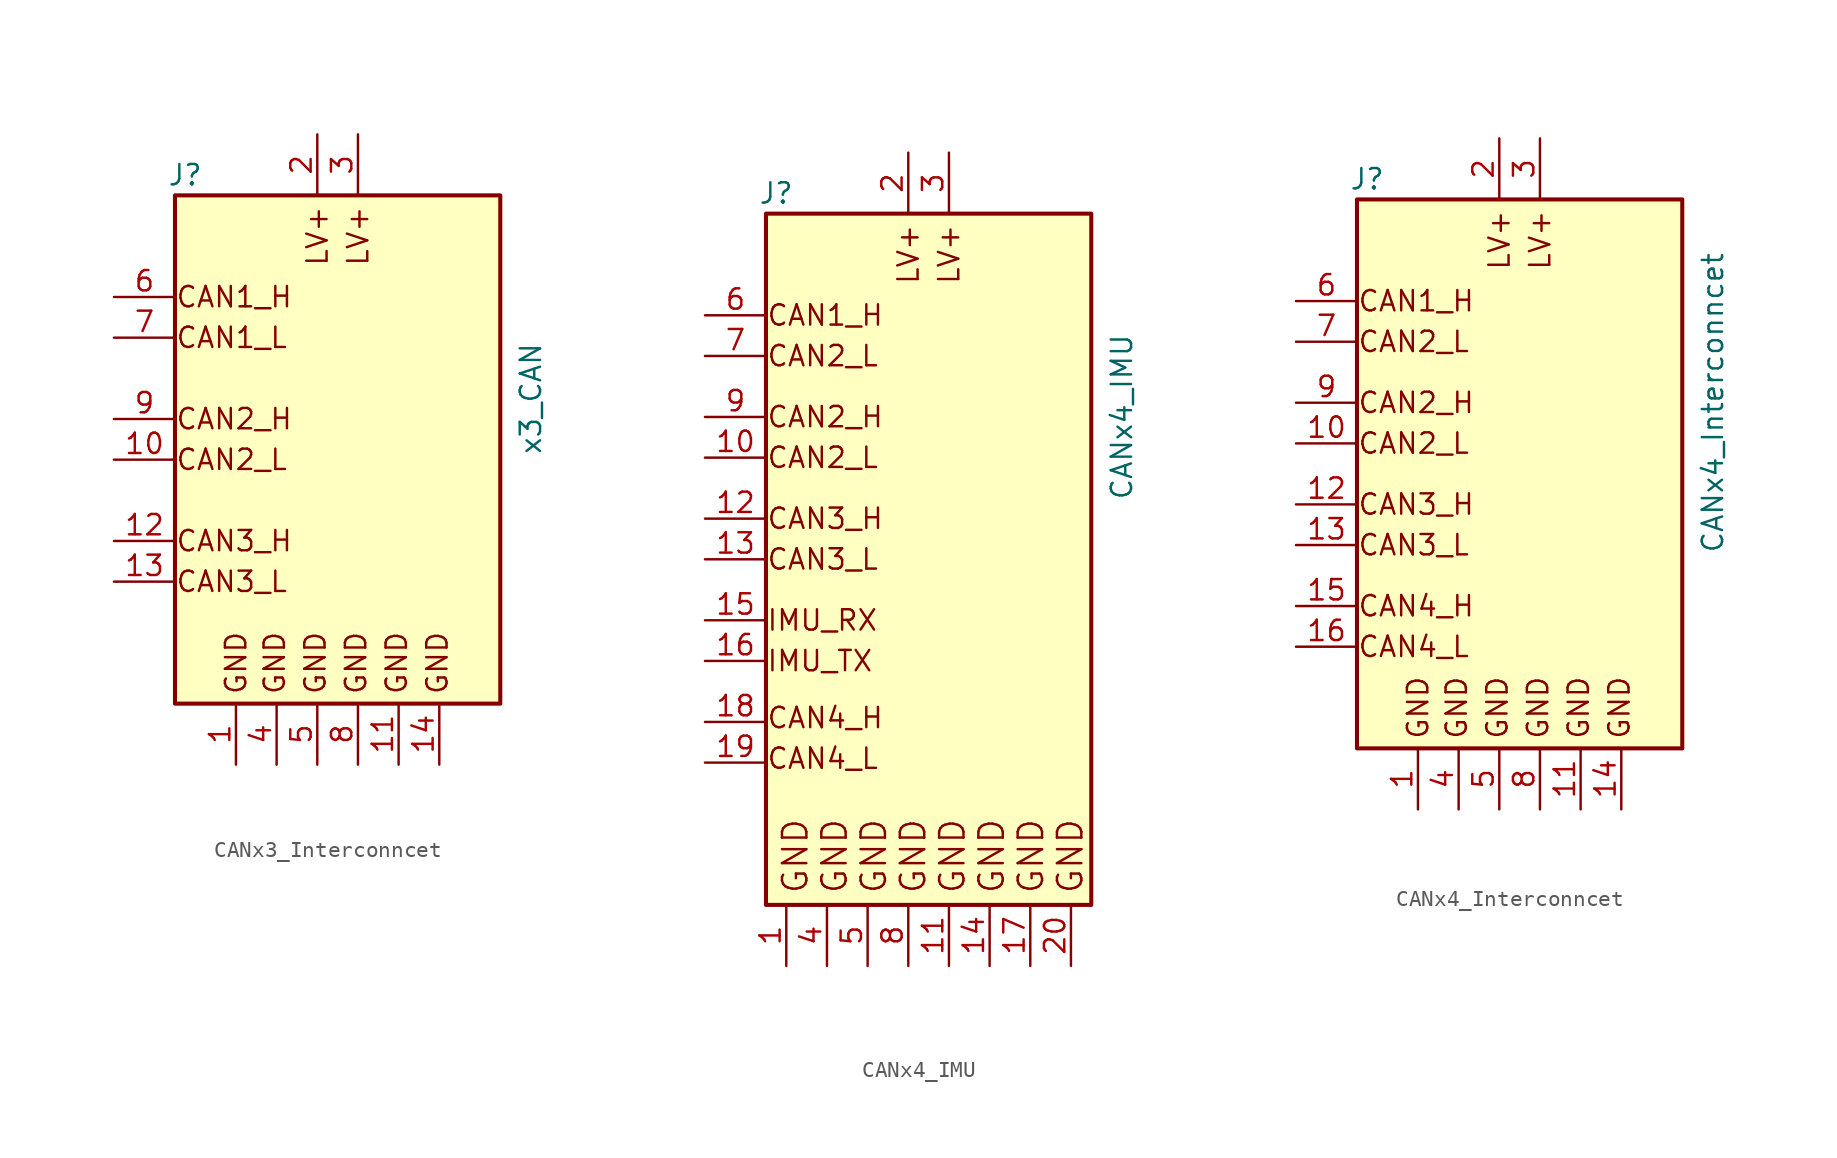
<source format=kicad_sym>
(kicad_symbol_lib
  (version 20231120)
  (generator "kicad_symbol_editor")
  (generator_version "8.0")
  (symbol "CANx3_Interconncet"
    (pin_names
      (offset 1.016) hide)
    (property "Reference" "J"
      (at -9.525 16.51 0)
      (effects (font (size 1.27 1.27))))
    (property "Value" "x3_CAN"
      (at 12.065 2.54 90)
      (effects (font (size 1.27 1.27))))
    (symbol "CANx3_Interconncet_0_0"
      (text "GND" (at -6.35 -13.97 900) (effects (font (size 1.27 1.27))))
      (text "GND" (at -3.937 -13.97 900) (effects (font (size 1.27 1.27))))
      (text "GND" (at -1.397 -13.97 900) (effects (font (size 1.27 1.27))))
      (text "GND" (at 1.143 -13.97 900) (effects (font (size 1.27 1.27))))
      (text "GND" (at 3.683 -13.97 900) (effects (font (size 1.27 1.27))))
      (text "GND" (at 6.223 -13.97 900) (effects (font (size 1.27 1.27)))))
    (symbol "CANx3_Interconncet_1_0"
      (text "CAN1_H" (at -10.16 8.89 0) (effects (font (size 1.27 1.27)) (justify left)))
      (text "CAN1_L" (at -10.16 6.35 0) (effects (font (size 1.27 1.27)) (justify left)))
      (text "CAN2_H\n" (at -10.16 1.27 0) (effects (font (size 1.27 1.27)) (justify left)))
      (text "CAN2_L" (at -10.16 -1.27 0) (effects (font (size 1.27 1.27)) (justify left)))
      (text "CAN3_H" (at -10.16 -6.35 0) (effects (font (size 1.27 1.27)) (justify left)))
      (text "CAN3_L" (at -10.16 -8.89 0) (effects (font (size 1.27 1.27)) (justify left)))
      (text "LV+" (at -1.27 12.7 900) (effects (font (size 1.27 1.27))))
      (text "LV+\n" (at 1.27 12.7 900) (effects (font (size 1.27 1.27)))))
    (symbol "CANx3_Interconncet_1_1"
      (rectangle (start -10.16 15.24) (end 10.16 -16.51) (stroke (width 0.254) (type default)) (fill (type background)))
      (pin passive line (at -6.35 -20.32 90) (length 3.81) (name "Pin_1" (effects (font (size 1.27 1.27)))) (number "1" (effects (font (size 1.27 1.27)))))
      (pin passive line (at -13.97 -1.27 0) (length 3.81) (name "Pin_10" (effects (font (size 1.27 1.27)))) (number "10" (effects (font (size 1.27 1.27)))))
      (pin passive line (at 3.81 -20.32 90) (length 3.81) (name "Pin_11" (effects (font (size 1.27 1.27)))) (number "11" (effects (font (size 1.27 1.27)))))
      (pin passive line (at -13.97 -6.35 0) (length 3.81) (name "Pin_12" (effects (font (size 1.27 1.27)))) (number "12" (effects (font (size 1.27 1.27)))))
      (pin passive line (at -13.97 -8.89 0) (length 3.81) (name "Pin_13" (effects (font (size 1.27 1.27)))) (number "13" (effects (font (size 1.27 1.27)))))
      (pin passive line (at 6.35 -20.32 90) (length 3.81) (name "Pin_14" (effects (font (size 1.27 1.27)))) (number "14" (effects (font (size 1.27 1.27)))))
      (pin passive line (at -1.27 19.05 270) (length 3.81) (name "Pin_2" (effects (font (size 1.27 1.27)))) (number "2" (effects (font (size 1.27 1.27)))))
      (pin passive line (at 1.27 19.05 270) (length 3.81) (name "Pin_3" (effects (font (size 1.27 1.27)))) (number "3" (effects (font (size 1.27 1.27)))))
      (pin passive line (at -3.81 -20.32 90) (length 3.81) (name "Pin_4" (effects (font (size 1.27 1.27)))) (number "4" (effects (font (size 1.27 1.27)))))
      (pin passive line (at -1.27 -20.32 90) (length 3.81) (name "Pin_5" (effects (font (size 1.27 1.27)))) (number "5" (effects (font (size 1.27 1.27)))))
      (pin passive line (at -13.97 8.89 0) (length 3.81) (name "Pin_6" (effects (font (size 1.27 1.27)))) (number "6" (effects (font (size 1.27 1.27)))))
      (pin passive line (at -13.97 6.35 0) (length 3.81) (name "Pin_7" (effects (font (size 1.27 1.27)))) (number "7" (effects (font (size 1.27 1.27)))))
      (pin passive line (at 1.27 -20.32 90) (length 3.81) (name "Pin_8" (effects (font (size 1.27 1.27)))) (number "8" (effects (font (size 1.27 1.27)))))
      (pin passive line (at -13.97 1.27 0) (length 3.81) (name "Pin_9" (effects (font (size 1.27 1.27)))) (number "9" (effects (font (size 1.27 1.27)))))))
  (symbol "CANx4_IMU"
    (pin_names
      (offset 1.016) hide)
    (property "Reference" "J"
      (at -9.525 16.51 0)
      (effects (font (size 1.27 1.27))))
    (property "Value" "CANx4_IMU"
      (at 12.065 2.54 90)
      (effects (font (size 1.27 1.27))))
    (symbol "CANx4_IMU_1_0"
      (text "CAN1_H" (at -10.16 8.89 0) (effects (font (size 1.27 1.27)) (justify left)))
      (text "CAN2_H\n" (at -10.16 2.54 0) (effects (font (size 1.27 1.27)) (justify left)))
      (text "CAN2_L" (at -10.16 0 0) (effects (font (size 1.27 1.27)) (justify left)))
      (text "CAN2_L" (at -10.16 6.35 0) (effects (font (size 1.27 1.27)) (justify left)))
      (text "CAN3_H" (at -10.16 -3.81 0) (effects (font (size 1.27 1.27)) (justify left)))
      (text "CAN3_L" (at -10.16 -6.35 0) (effects (font (size 1.27 1.27)) (justify left)))
      (text "CAN4_H" (at -10.16 -16.256 0) (effects (font (size 1.27 1.27)) (justify left)))
      (text "CAN4_L" (at -10.16 -18.796 0) (effects (font (size 1.27 1.27)) (justify left)))
      (text "GND\nGND\nGND\nGND\nGND\nGND\nGND\nGND\n" (at 0.254 -24.892 900) (effects (font (size 1.524 1.524))))
      (text "IMU_RX\n" (at -10.16 -10.16 0) (effects (font (size 1.27 1.27)) (justify left)))
      (text "IMU_TX" (at -10.16 -12.7 0) (effects (font (size 1.27 1.27)) (justify left)))
      (text "LV+" (at -1.27 12.7 900) (effects (font (size 1.27 1.27))))
      (text "LV+\n" (at 1.27 12.7 900) (effects (font (size 1.27 1.27)))))
    (symbol "CANx4_IMU_1_1"
      (rectangle (start -10.16 15.24) (end 10.16 -27.94) (stroke (width 0.254) (type default)) (fill (type background)))
      (pin passive line (at -8.89 -31.75 90) (length 3.81) (name "Pin_1" (effects (font (size 1.27 1.27)))) (number "1" (effects (font (size 1.27 1.27)))))
      (pin passive line (at -13.97 0 0) (length 3.81) (name "Pin_10" (effects (font (size 1.27 1.27)))) (number "10" (effects (font (size 1.27 1.27)))))
      (pin passive line (at 1.27 -31.75 90) (length 3.81) (name "Pin_11" (effects (font (size 1.27 1.27)))) (number "11" (effects (font (size 1.27 1.27)))))
      (pin passive line (at -13.97 -3.81 0) (length 3.81) (name "Pin_12" (effects (font (size 1.27 1.27)))) (number "12" (effects (font (size 1.27 1.27)))))
      (pin passive line (at -13.97 -6.35 0) (length 3.81) (name "Pin_13" (effects (font (size 1.27 1.27)))) (number "13" (effects (font (size 1.27 1.27)))))
      (pin passive line (at 3.81 -31.75 90) (length 3.81) (name "Pin_14" (effects (font (size 1.27 1.27)))) (number "14" (effects (font (size 1.27 1.27)))))
      (pin passive line (at -13.97 -10.16 0) (length 3.81) (name "Pin_15" (effects (font (size 1.27 1.27)))) (number "15" (effects (font (size 1.27 1.27)))))
      (pin passive line (at -13.97 -12.7 0) (length 3.81) (name "Pin_17" (effects (font (size 1.27 1.27)))) (number "16" (effects (font (size 1.27 1.27)))))
      (pin passive line (at 6.35 -31.75 90) (length 3.81) (name "17" (effects (font (size 1.27 1.27)))) (number "17" (effects (font (size 1.27 1.27)))))
      (pin passive line (at -13.97 -16.51 0) (length 3.81) (name "18" (effects (font (size 1.27 1.27)))) (number "18" (effects (font (size 1.27 1.27)))))
      (pin passive line (at -13.97 -19.05 0) (length 3.81) (name "19" (effects (font (size 1.27 1.27)))) (number "19" (effects (font (size 1.27 1.27)))))
      (pin passive line (at -1.27 19.05 270) (length 3.81) (name "Pin_2" (effects (font (size 1.27 1.27)))) (number "2" (effects (font (size 1.27 1.27)))))
      (pin passive line (at 8.89 -31.75 90) (length 3.81) (name "20" (effects (font (size 1.27 1.27)))) (number "20" (effects (font (size 1.27 1.27)))))
      (pin passive line (at 1.27 19.05 270) (length 3.81) (name "Pin_3" (effects (font (size 1.27 1.27)))) (number "3" (effects (font (size 1.27 1.27)))))
      (pin passive line (at -6.35 -31.75 90) (length 3.81) (name "Pin_4" (effects (font (size 1.27 1.27)))) (number "4" (effects (font (size 1.27 1.27)))))
      (pin passive line (at -3.81 -31.75 90) (length 3.81) (name "Pin_5" (effects (font (size 1.27 1.27)))) (number "5" (effects (font (size 1.27 1.27)))))
      (pin passive line (at -13.97 8.89 0) (length 3.81) (name "Pin_6" (effects (font (size 1.27 1.27)))) (number "6" (effects (font (size 1.27 1.27)))))
      (pin passive line (at -13.97 6.35 0) (length 3.81) (name "Pin_7" (effects (font (size 1.27 1.27)))) (number "7" (effects (font (size 1.27 1.27)))))
      (pin passive line (at -1.27 -31.75 90) (length 3.81) (name "Pin_8" (effects (font (size 1.27 1.27)))) (number "8" (effects (font (size 1.27 1.27)))))
      (pin passive line (at -13.97 2.54 0) (length 3.81) (name "Pin_9" (effects (font (size 1.27 1.27)))) (number "9" (effects (font (size 1.27 1.27)))))))
  (symbol "CANx4_Interconncet"
    (pin_names
      (offset 1.016) hide)
    (property "Reference" "J"
      (at -9.525 16.51 0)
      (effects (font (size 1.27 1.27))))
    (property "Value" "CANx4_Interconncet"
      (at 12.065 2.54 90)
      (effects (font (size 1.27 1.27))))
    (symbol "CANx4_Interconncet_0_0"
      (text "GND" (at -6.35 -16.51 900) (effects (font (size 1.27 1.27))))
      (text "GND" (at -3.937 -16.51 900) (effects (font (size 1.27 1.27))))
      (text "GND" (at -1.397 -16.51 900) (effects (font (size 1.27 1.27))))
      (text "GND" (at 1.143 -16.51 900) (effects (font (size 1.27 1.27))))
      (text "GND" (at 3.683 -16.51 900) (effects (font (size 1.27 1.27))))
      (text "GND" (at 6.223 -16.51 900) (effects (font (size 1.27 1.27)))))
    (symbol "CANx4_Interconncet_1_0"
      (text "CAN1_H" (at -10.16 8.89 0) (effects (font (size 1.27 1.27)) (justify left)))
      (text "CAN2_H\n" (at -10.16 2.54 0) (effects (font (size 1.27 1.27)) (justify left)))
      (text "CAN2_L" (at -10.16 0 0) (effects (font (size 1.27 1.27)) (justify left)))
      (text "CAN2_L" (at -10.16 6.35 0) (effects (font (size 1.27 1.27)) (justify left)))
      (text "CAN3_H" (at -10.16 -3.81 0) (effects (font (size 1.27 1.27)) (justify left)))
      (text "CAN3_L" (at -10.16 -6.35 0) (effects (font (size 1.27 1.27)) (justify left)))
      (text "CAN4_H" (at -10.16 -10.16 0) (effects (font (size 1.27 1.27)) (justify left)))
      (text "CAN4_L" (at -10.16 -12.7 0) (effects (font (size 1.27 1.27)) (justify left)))
      (text "LV+" (at -1.27 12.7 900) (effects (font (size 1.27 1.27))))
      (text "LV+\n" (at 1.27 12.7 900) (effects (font (size 1.27 1.27)))))
    (symbol "CANx4_Interconncet_1_1"
      (rectangle (start -10.16 15.24) (end 10.16 -19.05) (stroke (width 0.254) (type default)) (fill (type background)))
      (pin passive line (at -6.35 -22.86 90) (length 3.81) (name "Pin_1" (effects (font (size 1.27 1.27)))) (number "1" (effects (font (size 1.27 1.27)))))
      (pin passive line (at -13.97 0 0) (length 3.81) (name "Pin_10" (effects (font (size 1.27 1.27)))) (number "10" (effects (font (size 1.27 1.27)))))
      (pin passive line (at 3.81 -22.86 90) (length 3.81) (name "Pin_11" (effects (font (size 1.27 1.27)))) (number "11" (effects (font (size 1.27 1.27)))))
      (pin passive line (at -13.97 -3.81 0) (length 3.81) (name "Pin_12" (effects (font (size 1.27 1.27)))) (number "12" (effects (font (size 1.27 1.27)))))
      (pin passive line (at -13.97 -6.35 0) (length 3.81) (name "Pin_13" (effects (font (size 1.27 1.27)))) (number "13" (effects (font (size 1.27 1.27)))))
      (pin passive line (at 6.35 -22.86 90) (length 3.81) (name "Pin_14" (effects (font (size 1.27 1.27)))) (number "14" (effects (font (size 1.27 1.27)))))
      (pin passive line (at -13.97 -10.16 0) (length 3.81) (name "Pin_15" (effects (font (size 1.27 1.27)))) (number "15" (effects (font (size 1.27 1.27)))))
      (pin passive line (at -13.97 -12.7 0) (length 3.81) (name "Pin_17" (effects (font (size 1.27 1.27)))) (number "16" (effects (font (size 1.27 1.27)))))
      (pin passive line (at -1.27 19.05 270) (length 3.81) (name "Pin_2" (effects (font (size 1.27 1.27)))) (number "2" (effects (font (size 1.27 1.27)))))
      (pin passive line (at 1.27 19.05 270) (length 3.81) (name "Pin_3" (effects (font (size 1.27 1.27)))) (number "3" (effects (font (size 1.27 1.27)))))
      (pin passive line (at -3.81 -22.86 90) (length 3.81) (name "Pin_4" (effects (font (size 1.27 1.27)))) (number "4" (effects (font (size 1.27 1.27)))))
      (pin passive line (at -1.27 -22.86 90) (length 3.81) (name "Pin_5" (effects (font (size 1.27 1.27)))) (number "5" (effects (font (size 1.27 1.27)))))
      (pin passive line (at -13.97 8.89 0) (length 3.81) (name "Pin_6" (effects (font (size 1.27 1.27)))) (number "6" (effects (font (size 1.27 1.27)))))
      (pin passive line (at -13.97 6.35 0) (length 3.81) (name "Pin_7" (effects (font (size 1.27 1.27)))) (number "7" (effects (font (size 1.27 1.27)))))
      (pin passive line (at 1.27 -22.86 90) (length 3.81) (name "Pin_8" (effects (font (size 1.27 1.27)))) (number "8" (effects (font (size 1.27 1.27)))))
      (pin passive line (at -13.97 2.54 0) (length 3.81) (name "Pin_9" (effects (font (size 1.27 1.27)))) (number "9" (effects (font (size 1.27 1.27))))))))
</source>
